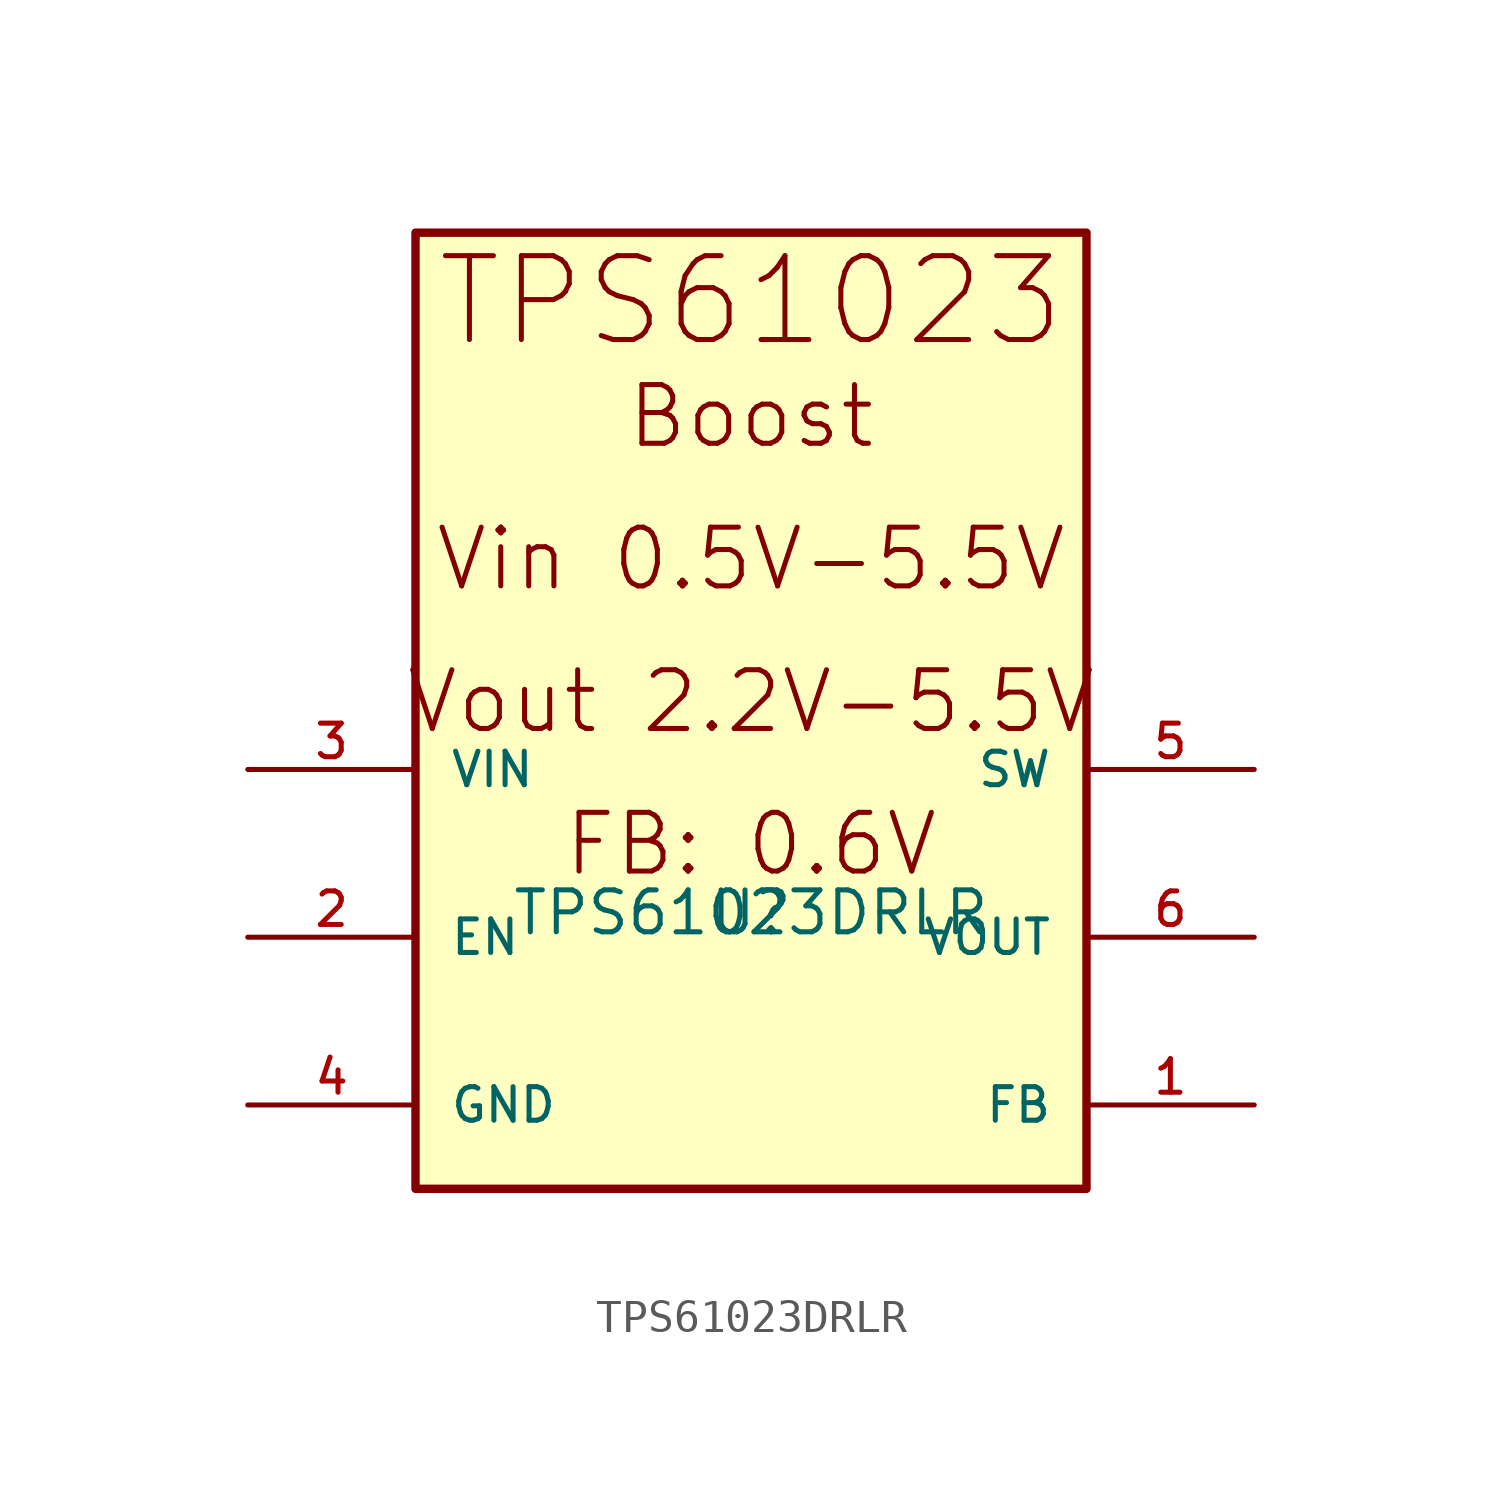
<source format=kicad_sym>
(kicad_symbol_lib
  (version 20211014)
  (generator kicad_symbol_editor)
  (symbol "TPS61023DRLR"
    (pin_names
      (offset 1.016))
    (property "Reference" "U"
      (at 0 0 0)
      (effects (font (size 1.27 1.27)) (justify bottom)))
    (property "Value" "TPS61023DRLR"
      (at 0 0.0 0)
      (effects (font (size 1.27 1.27)) (justify bottom)))
    (symbol "TPS61023DRLR_0_0"
      (text "TPS61023" (at 0.0 17.78 0) (effects (font (size 2.54 2.54)) (justify bottom)))
      (text "Boost" (at 0.0 14.732 0) (effects (font (size 1.778 1.778)) (justify bottom)))
      (text "Vin 0.5V-5.5V" (at 0.0 10.414 0) (effects (font (size 1.778 1.778)) (justify bottom)))
      (text "Vout 2.2V-5.5V" (at 0.0 6.096 0) (effects (font (size 1.778 1.778)) (justify bottom)))
      (text "FB: 0.6V" (at 0.0 1.778 0) (effects (font (size 1.778 1.778)) (justify bottom)))
      (rectangle (start -10.16 -7.62) (end 10.16 21.336) (stroke (width 0.254)) (fill (type background)))
      (pin bidirectional line (at -15.24 5.08 0) (length 5.08) (name "VIN" (effects (font (size 1.016 1.016)))) (number "3" (effects (font (size 1.016 1.016)))))
      (pin bidirectional line (at -15.24 -5.08 0) (length 5.08) (name "GND" (effects (font (size 1.016 1.016)))) (number "4" (effects (font (size 1.016 1.016)))))
      (pin bidirectional line (at -15.24 0.0 0) (length 5.08) (name "EN" (effects (font (size 1.016 1.016)))) (number "2" (effects (font (size 1.016 1.016)))))
      (pin bidirectional line (at 15.24 5.08 180.0) (length 5.08) (name "SW" (effects (font (size 1.016 1.016)))) (number "5" (effects (font (size 1.016 1.016)))))
      (pin bidirectional line (at 15.24 0.0 180.0) (length 5.08) (name "VOUT" (effects (font (size 1.016 1.016)))) (number "6" (effects (font (size 1.016 1.016)))))
      (pin bidirectional line (at 15.24 -5.08 180.0) (length 5.08) (name "FB" (effects (font (size 1.016 1.016)))) (number "1" (effects (font (size 1.016 1.016))))))))
</source>
